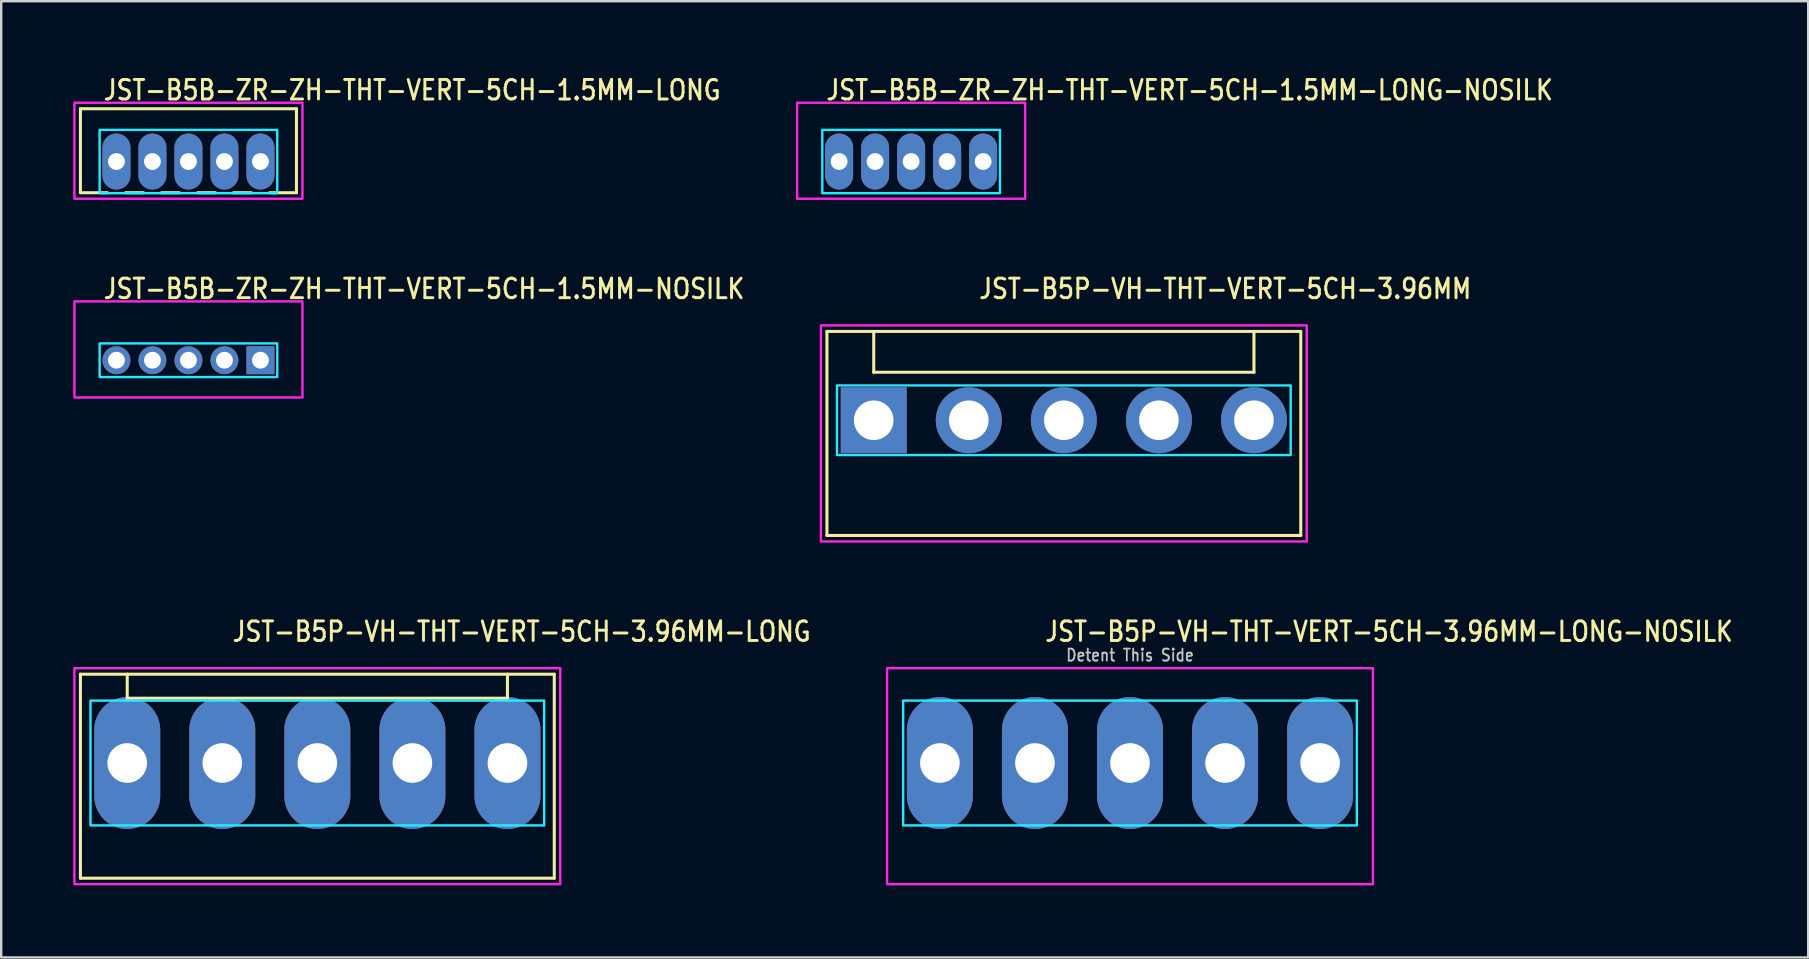
<source format=kicad_pcb>
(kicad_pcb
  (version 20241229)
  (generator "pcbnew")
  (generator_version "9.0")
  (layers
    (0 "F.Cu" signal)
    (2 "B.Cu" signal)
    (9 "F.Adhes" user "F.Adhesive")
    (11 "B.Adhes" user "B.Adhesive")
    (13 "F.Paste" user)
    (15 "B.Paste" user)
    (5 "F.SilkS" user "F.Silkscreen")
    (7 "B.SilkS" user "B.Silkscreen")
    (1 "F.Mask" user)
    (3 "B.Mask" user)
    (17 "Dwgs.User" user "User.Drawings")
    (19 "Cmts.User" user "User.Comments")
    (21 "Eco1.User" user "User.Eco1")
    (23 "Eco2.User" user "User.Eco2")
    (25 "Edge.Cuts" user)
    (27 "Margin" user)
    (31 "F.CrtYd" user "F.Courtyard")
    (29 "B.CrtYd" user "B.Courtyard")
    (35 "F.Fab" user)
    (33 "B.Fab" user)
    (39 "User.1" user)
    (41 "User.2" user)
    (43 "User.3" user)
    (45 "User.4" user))
  (footprint "JST-B5P-VH-THT-VERT-5CH-3.96MM-LONG-NOSILK"
    (layer "F.Cu")
    (at 44.025 28.736)
    (property "Reference" "JST-B5P-VH-THT-VERT-5CH-3.96MM-LONG-NOSILK" (at -3.6 -5 0) (unlocked yes) (layer "F.SilkS") (effects (font (size 0.813 0.695) (thickness 0.122)) (justify left bottom)))
    (fp_poly (pts (xy -9.45 -2.6) (xy -9.45 2.6) (xy 9.45 2.6) (xy 9.45 -2.6)) (stroke (width 0.1) (type solid)) (fill no) (layer "B.CrtYd"))
    (fp_poly (pts (xy -10.12 -3.95) (xy -10.12 5.05) (xy 10.12 5.05) (xy 10.12 -3.95)) (stroke (width 0.1) (type solid)) (fill no) (layer "F.CrtYd"))
    (fp_text user "Detent This Side" (at 0 -4.2 0) (unlocked yes) (layer "Dwgs.User") (effects (font (size 0.5 0.427) (thickness 0.075)) (justify bottom)))
    (pad "1" thru_hole oval (at -7.92 0 90) (size 5.5 2.75) (drill 1.65) (layers "*.Cu" "*.Mask"))
    (pad "2" thru_hole oval (at -3.96 0 90) (size 5.5 2.75) (drill 1.65) (layers "*.Cu" "*.Mask"))
    (pad "3" thru_hole oval (at 0 0 90) (size 5.5 2.75) (drill 1.65) (layers "*.Cu" "*.Mask"))
    (pad "4" thru_hole oval (at 3.96 0 90) (size 5.5 2.75) (drill 1.65) (layers "*.Cu" "*.Mask"))
    (pad "5" thru_hole oval (at 7.92 0 90) (size 5.5 2.75) (drill 1.65) (layers "*.Cu" "*.Mask")))
  (footprint "JST-B5P-VH-THT-VERT-5CH-3.96MM-LONG"
    (layer "F.Cu")
    (at 10.17 28.736)
    (property "Reference" "JST-B5P-VH-THT-VERT-5CH-3.96MM-LONG" (at -3.6 -5 0) (unlocked yes) (layer "F.SilkS") (effects (font (size 0.813 0.695) (thickness 0.122)) (justify left bottom)))
    (fp_line (start -9.87 -3.7) (end 9.87 -3.7) (stroke (width 0.127) (type solid)) (layer "F.SilkS"))
    (fp_line (start -9.87 4.8) (end -9.87 -3.7) (stroke (width 0.127) (type solid)) (layer "F.SilkS"))
    (fp_line (start -9.87 4.8) (end 9.87 4.8) (stroke (width 0.127) (type solid)) (layer "F.SilkS"))
    (fp_line (start -7.92 -3.7) (end -7.92 -2.7) (stroke (width 0.127) (type solid)) (layer "F.SilkS"))
    (fp_line (start -7.92 -2.7) (end 7.92 -2.7) (stroke (width 0.127) (type solid)) (layer "F.SilkS"))
    (fp_line (start 7.92 -3.7) (end 7.92 -2.7) (stroke (width 0.127) (type solid)) (layer "F.SilkS"))
    (fp_line (start 9.87 -3.7) (end 9.87 4.8) (stroke (width 0.127) (type solid)) (layer "F.SilkS"))
    (fp_poly (pts (xy -9.45 -2.6) (xy -9.45 2.6) (xy 9.45 2.6) (xy 9.45 -2.6)) (stroke (width 0.1) (type solid)) (fill no) (layer "B.CrtYd"))
    (fp_poly (pts (xy -10.12 -3.95) (xy -10.12 5.05) (xy 10.12 5.05) (xy 10.12 -3.95)) (stroke (width 0.1) (type solid)) (fill no) (layer "F.CrtYd"))
    (pad "1" thru_hole oval (at -7.92 0 90) (size 5.5 2.75) (drill 1.65) (layers "*.Cu" "*.Mask"))
    (pad "2" thru_hole oval (at -3.96 0 90) (size 5.5 2.75) (drill 1.65) (layers "*.Cu" "*.Mask"))
    (pad "3" thru_hole oval (at 0 0 90) (size 5.5 2.75) (drill 1.65) (layers "*.Cu" "*.Mask"))
    (pad "4" thru_hole oval (at 3.96 0 90) (size 5.5 2.75) (drill 1.65) (layers "*.Cu" "*.Mask"))
    (pad "5" thru_hole oval (at 7.92 0 90) (size 5.5 2.75) (drill 1.65) (layers "*.Cu" "*.Mask")))
  (footprint "JST-B5B-ZR-ZH-THT-VERT-5CH-1.5MM-LONG"
    (layer "F.Cu")
    (at 4.8 3.679)
    (property "Reference" "JST-B5B-ZR-ZH-THT-VERT-5CH-1.5MM-LONG" (at -3.6 -2.5 0) (unlocked yes) (layer "F.SilkS") (effects (font (size 0.813 0.695) (thickness 0.122)) (justify left bottom)))
    (fp_line (start -4.5 -2.2) (end 4.5 -2.2) (stroke (width 0.127) (type solid)) (layer "F.SilkS"))
    (fp_line (start -4.5 1.3) (end -4.5 -2.2) (stroke (width 0.127) (type solid)) (layer "F.SilkS"))
    (fp_line (start -4.5 1.3) (end -3.375 1.3) (stroke (width 0.127) (type solid)) (layer "F.SilkS"))
    (fp_line (start -2.625 1.3) (end -1.875 1.3) (stroke (width 0.127) (type solid)) (layer "F.SilkS"))
    (fp_line (start -1.125 1.3) (end -0.375 1.3) (stroke (width 0.127) (type solid)) (layer "F.SilkS"))
    (fp_line (start 0.375 1.3) (end 1.125 1.3) (stroke (width 0.127) (type solid)) (layer "F.SilkS"))
    (fp_line (start 1.875 1.3) (end 2.625 1.3) (stroke (width 0.127) (type solid)) (layer "F.SilkS"))
    (fp_line (start 3.375 1.3) (end 4.5 1.3) (stroke (width 0.127) (type solid)) (layer "F.SilkS"))
    (fp_line (start 4.5 -2.2) (end 4.5 1.3) (stroke (width 0.127) (type solid)) (layer "F.SilkS"))
    (fp_poly (pts (xy -3.7 -1.32) (xy -3.7 1.32) (xy 3.7 1.32) (xy 3.7 -1.32)) (stroke (width 0.1) (type solid)) (fill no) (layer "B.CrtYd"))
    (fp_poly (pts (xy -4.75 -2.45) (xy -4.75 1.55) (xy 4.75 1.55) (xy 4.75 -2.45)) (stroke (width 0.1) (type solid)) (fill no) (layer "F.CrtYd"))
    (pad "1" thru_hole oval (at 3 0 90) (size 2.333 1.167) (drill 0.7) (layers "*.Cu" "*.Mask"))
    (pad "2" thru_hole oval (at 1.5 0 90) (size 2.333 1.167) (drill 0.7) (layers "*.Cu" "*.Mask"))
    (pad "3" thru_hole oval (at 0 0 90) (size 2.333 1.167) (drill 0.7) (layers "*.Cu" "*.Mask"))
    (pad "4" thru_hole oval (at -1.5 0 90) (size 2.333 1.167) (drill 0.7) (layers "*.Cu" "*.Mask"))
    (pad "5" thru_hole oval (at -3 0 90) (size 2.333 1.167) (drill 0.7) (layers "*.Cu" "*.Mask")))
  (footprint "JST-B5P-VH-THT-VERT-5CH-3.96MM"
    (layer "F.Cu")
    (at 41.269 14.457)
    (property "Reference" "JST-B5P-VH-THT-VERT-5CH-3.96MM" (at -3.6 -5 0) (unlocked yes) (layer "F.SilkS") (effects (font (size 0.813 0.695) (thickness 0.122)) (justify left bottom)))
    (fp_line (start -9.87 -3.7) (end 9.87 -3.7) (stroke (width 0.127) (type solid)) (layer "F.SilkS"))
    (fp_line (start -9.87 4.8) (end -9.87 -3.7) (stroke (width 0.127) (type solid)) (layer "F.SilkS"))
    (fp_line (start -9.87 4.8) (end 9.87 4.8) (stroke (width 0.127) (type solid)) (layer "F.SilkS"))
    (fp_line (start -7.92 -3.7) (end -7.92 -2) (stroke (width 0.127) (type solid)) (layer "F.SilkS"))
    (fp_line (start -7.92 -2) (end 7.92 -2) (stroke (width 0.127) (type solid)) (layer "F.SilkS"))
    (fp_line (start 7.92 -3.7) (end 7.92 -2) (stroke (width 0.127) (type solid)) (layer "F.SilkS"))
    (fp_line (start 9.87 -3.7) (end 9.87 4.8) (stroke (width 0.127) (type solid)) (layer "F.SilkS"))
    (fp_poly (pts (xy -9.45 -1.45) (xy -9.45 1.45) (xy 9.45 1.45) (xy 9.45 -1.45)) (stroke (width 0.1) (type solid)) (fill no) (layer "B.CrtYd"))
    (fp_poly (pts (xy -10.12 -3.95) (xy -10.12 5.05) (xy 10.12 5.05) (xy 10.12 -3.95)) (stroke (width 0.1) (type solid)) (fill no) (layer "F.CrtYd"))
    (pad "1" thru_hole rect (at -7.92 0) (size 2.75 2.75) (drill 1.65) (layers "*.Cu" "*.Mask"))
    (pad "2" thru_hole oval (at -3.96 0) (size 2.75 2.75) (drill 1.65) (layers "*.Cu" "*.Mask"))
    (pad "3" thru_hole oval (at 0 0) (size 2.75 2.75) (drill 1.65) (layers "*.Cu" "*.Mask"))
    (pad "4" thru_hole oval (at 3.96 0) (size 2.75 2.75) (drill 1.65) (layers "*.Cu" "*.Mask"))
    (pad "5" thru_hole oval (at 7.92 0) (size 2.75 2.75) (drill 1.65) (layers "*.Cu" "*.Mask")))
  (footprint "JST-B5B-ZR-ZH-THT-VERT-5CH-1.5MM-NOSILK"
    (layer "F.Cu")
    (at 4.8 11.957)
    (property "Reference" "JST-B5B-ZR-ZH-THT-VERT-5CH-1.5MM-NOSILK" (at -3.6 -2.5 0) (unlocked yes) (layer "F.SilkS") (effects (font (size 0.813 0.695) (thickness 0.122)) (justify left bottom)))
    (fp_poly (pts (xy -3.7 -0.7) (xy -3.7 0.7) (xy 3.7 0.7) (xy 3.7 -0.7)) (stroke (width 0.1) (type solid)) (fill no) (layer "B.CrtYd"))
    (fp_poly (pts (xy -4.75 -2.45) (xy -4.75 1.55) (xy 4.75 1.55) (xy 4.75 -2.45)) (stroke (width 0.1) (type solid)) (fill no) (layer "F.CrtYd"))
    (pad "1" thru_hole rect (at 3 0) (size 1.167 1.167) (drill 0.7) (layers "*.Cu" "*.Mask"))
    (pad "2" thru_hole oval (at 1.5 0) (size 1.167 1.167) (drill 0.7) (layers "*.Cu" "*.Mask"))
    (pad "3" thru_hole oval (at 0 0) (size 1.167 1.167) (drill 0.7) (layers "*.Cu" "*.Mask"))
    (pad "4" thru_hole oval (at -1.5 0) (size 1.167 1.167) (drill 0.7) (layers "*.Cu" "*.Mask"))
    (pad "5" thru_hole oval (at -3 0) (size 1.167 1.167) (drill 0.7) (layers "*.Cu" "*.Mask")))
  (footprint "JST-B5B-ZR-ZH-THT-VERT-5CH-1.5MM-LONG-NOSILK"
    (layer "F.Cu")
    (at 34.907 3.679)
    (property "Reference" "JST-B5B-ZR-ZH-THT-VERT-5CH-1.5MM-LONG-NOSILK" (at -3.6 -2.5 0) (unlocked yes) (layer "F.SilkS") (effects (font (size 0.813 0.695) (thickness 0.122)) (justify left bottom)))
    (fp_poly (pts (xy -3.7 -1.32) (xy -3.7 1.32) (xy 3.7 1.32) (xy 3.7 -1.32)) (stroke (width 0.1) (type solid)) (fill no) (layer "B.CrtYd"))
    (fp_poly (pts (xy -4.75 -2.45) (xy -4.75 1.55) (xy 4.75 1.55) (xy 4.75 -2.45)) (stroke (width 0.1) (type solid)) (fill no) (layer "F.CrtYd"))
    (pad "1" thru_hole oval (at 3 0 90) (size 2.333 1.167) (drill 0.7) (layers "*.Cu" "*.Mask"))
    (pad "2" thru_hole oval (at 1.5 0 90) (size 2.333 1.167) (drill 0.7) (layers "*.Cu" "*.Mask"))
    (pad "3" thru_hole oval (at 0 0 90) (size 2.333 1.167) (drill 0.7) (layers "*.Cu" "*.Mask"))
    (pad "4" thru_hole oval (at -1.5 0 90) (size 2.333 1.167) (drill 0.7) (layers "*.Cu" "*.Mask"))
    (pad "5" thru_hole oval (at -3 0 90) (size 2.333 1.167) (drill 0.7) (layers "*.Cu" "*.Mask")))
  (gr_rect
    (start -3 -3)
    (end 72.277 36.836)
    (stroke (width 0.1) (type default))
    (fill no)
    (layer "Edge.Cuts")))
</source>
